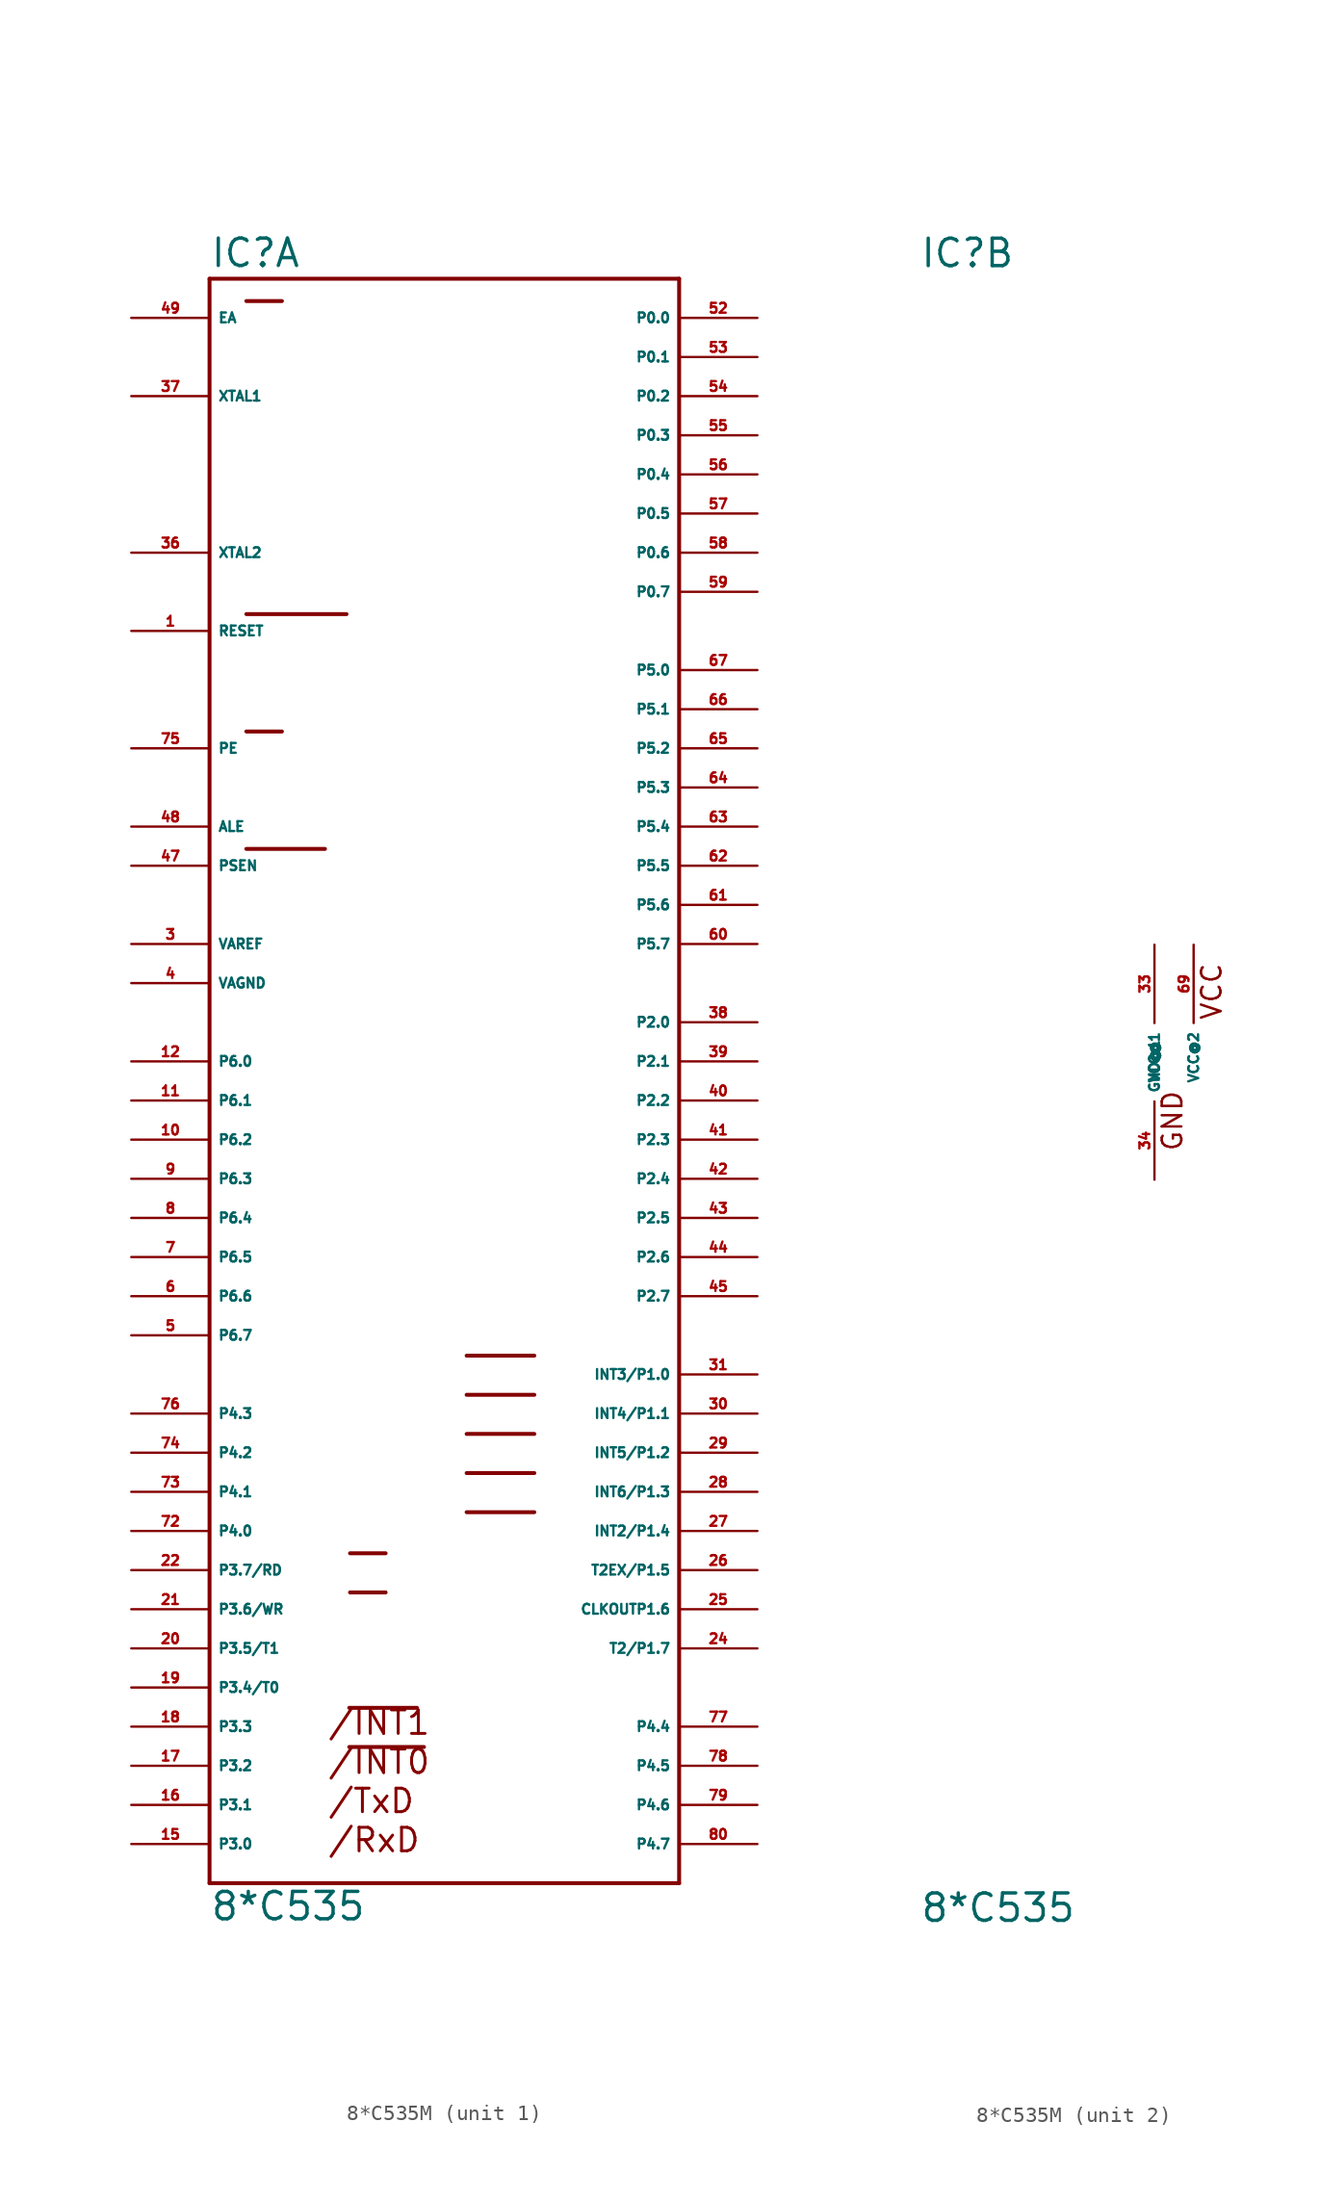
<source format=kicad_sym>
(kicad_symbol_lib
  (version 20220914)
  (generator Eagle2Kicad)
  (symbol "8*C535M"
    (property "Reference" "IC"
      (at -15.24 51.435 0)
      (effects (font (size 1.778 1.778) (thickness 0.22)) (justify left bottom)))
    (property "Value" "8*C535"
      (at -15.24 -55.88 0)
      (effects (font (size 1.778 1.778) (thickness 0.22)) (justify left bottom)))
    (symbol "8*C535M_1_0"
      (polyline (pts (xy -6.172 -41.961) (xy -1.778 -41.961)) (stroke (width 0.254) (type default)) (fill (type none)))
      (polyline (pts (xy -6.172 -44.501) (xy -1.321 -44.501)) (stroke (width 0.254) (type default)) (fill (type none)))
      (polyline (pts (xy -6.121 -31.928) (xy -3.81 -31.928)) (stroke (width 0.254) (type default)) (fill (type none)))
      (polyline (pts (xy -6.121 -34.468) (xy -3.81 -34.468)) (stroke (width 0.254) (type default)) (fill (type none)))
      (polyline (pts (xy -12.852 29.032) (xy -6.35 29.032)) (stroke (width 0.254) (type default)) (fill (type none)))
      (polyline (pts (xy -12.852 21.412) (xy -10.541 21.412)) (stroke (width 0.254) (type default)) (fill (type none)))
      (polyline (pts (xy -12.852 13.792) (xy -7.747 13.792)) (stroke (width 0.254) (type default)) (fill (type none)))
      (polyline (pts (xy -12.852 49.352) (xy -10.541 49.352)) (stroke (width 0.254) (type default)) (fill (type none)))
      (polyline (pts (xy -15.24 -53.34) (xy 15.24 -53.34)) (stroke (width 0.254) (type default)) (fill (type none)))
      (polyline (pts (xy 15.24 -53.34) (xy 15.24 50.8)) (stroke (width 0.254) (type default)) (fill (type none)))
      (polyline (pts (xy 15.24 50.8) (xy -15.24 50.8)) (stroke (width 0.254) (type default)) (fill (type none)))
      (polyline (pts (xy -15.24 50.8) (xy -15.24 -53.34)) (stroke (width 0.254) (type default)) (fill (type none)))
      (polyline (pts (xy 1.448 -19.101) (xy 5.842 -19.101)) (stroke (width 0.254) (type default)) (fill (type none)))
      (polyline (pts (xy 1.448 -21.641) (xy 5.842 -21.641)) (stroke (width 0.254) (type default)) (fill (type none)))
      (polyline (pts (xy 1.448 -24.181) (xy 5.842 -24.181)) (stroke (width 0.254) (type default)) (fill (type none)))
      (polyline (pts (xy 1.448 -26.721) (xy 5.842 -26.721)) (stroke (width 0.254) (type default)) (fill (type none)))
      (polyline (pts (xy 1.448 -29.261) (xy 5.842 -29.261)) (stroke (width 0.254) (type default)) (fill (type none)))
      (text "/INT1" (at -7.62 -43.815 0) (effects (font (size 1.524 1.524) (thickness 0.19)) (justify left bottom)))
      (text "/INT0" (at -7.62 -46.355 0) (effects (font (size 1.524 1.524) (thickness 0.19)) (justify left bottom)))
      (text "/RxD" (at -7.62 -51.435 0) (effects (font (size 1.524 1.524) (thickness 0.19)) (justify left bottom)))
      (text "/TxD" (at -7.62 -48.895 0) (effects (font (size 1.524 1.524) (thickness 0.19)) (justify left bottom)))
      (pin input line (at -20.32 48.26 0) (length 5.08) (name "EA" (effects (font (size 0.635 0.635) (thickness 0.08)) (justify left bottom))) (number "49" (effects (font (size 0.635 0.635) (thickness 0.08)) (justify left bottom))))
      (pin bidirectional line (at 20.32 48.26 180) (length 5.08) (name "P0.0" (effects (font (size 0.635 0.635) (thickness 0.08)) (justify left bottom))) (number "52" (effects (font (size 0.635 0.635) (thickness 0.08)) (justify left bottom))))
      (pin bidirectional line (at 20.32 45.72 180) (length 5.08) (name "P0.1" (effects (font (size 0.635 0.635) (thickness 0.08)) (justify left bottom))) (number "53" (effects (font (size 0.635 0.635) (thickness 0.08)) (justify left bottom))))
      (pin bidirectional line (at 20.32 43.18 180) (length 5.08) (name "P0.2" (effects (font (size 0.635 0.635) (thickness 0.08)) (justify left bottom))) (number "54" (effects (font (size 0.635 0.635) (thickness 0.08)) (justify left bottom))))
      (pin bidirectional line (at 20.32 40.64 180) (length 5.08) (name "P0.3" (effects (font (size 0.635 0.635) (thickness 0.08)) (justify left bottom))) (number "55" (effects (font (size 0.635 0.635) (thickness 0.08)) (justify left bottom))))
      (pin bidirectional line (at 20.32 38.1 180) (length 5.08) (name "P0.4" (effects (font (size 0.635 0.635) (thickness 0.08)) (justify left bottom))) (number "56" (effects (font (size 0.635 0.635) (thickness 0.08)) (justify left bottom))))
      (pin bidirectional line (at 20.32 35.56 180) (length 5.08) (name "P0.5" (effects (font (size 0.635 0.635) (thickness 0.08)) (justify left bottom))) (number "57" (effects (font (size 0.635 0.635) (thickness 0.08)) (justify left bottom))))
      (pin bidirectional line (at 20.32 33.02 180) (length 5.08) (name "P0.6" (effects (font (size 0.635 0.635) (thickness 0.08)) (justify left bottom))) (number "58" (effects (font (size 0.635 0.635) (thickness 0.08)) (justify left bottom))))
      (pin bidirectional line (at 20.32 30.48 180) (length 5.08) (name "P0.7" (effects (font (size 0.635 0.635) (thickness 0.08)) (justify left bottom))) (number "59" (effects (font (size 0.635 0.635) (thickness 0.08)) (justify left bottom))))
      (pin bidirectional line (at 20.32 25.4 180) (length 5.08) (name "P5.0" (effects (font (size 0.635 0.635) (thickness 0.08)) (justify left bottom))) (number "67" (effects (font (size 0.635 0.635) (thickness 0.08)) (justify left bottom))))
      (pin bidirectional line (at 20.32 22.86 180) (length 5.08) (name "P5.1" (effects (font (size 0.635 0.635) (thickness 0.08)) (justify left bottom))) (number "66" (effects (font (size 0.635 0.635) (thickness 0.08)) (justify left bottom))))
      (pin bidirectional line (at 20.32 20.32 180) (length 5.08) (name "P5.2" (effects (font (size 0.635 0.635) (thickness 0.08)) (justify left bottom))) (number "65" (effects (font (size 0.635 0.635) (thickness 0.08)) (justify left bottom))))
      (pin bidirectional line (at 20.32 17.78 180) (length 5.08) (name "P5.3" (effects (font (size 0.635 0.635) (thickness 0.08)) (justify left bottom))) (number "64" (effects (font (size 0.635 0.635) (thickness 0.08)) (justify left bottom))))
      (pin bidirectional line (at 20.32 15.24 180) (length 5.08) (name "P5.4" (effects (font (size 0.635 0.635) (thickness 0.08)) (justify left bottom))) (number "63" (effects (font (size 0.635 0.635) (thickness 0.08)) (justify left bottom))))
      (pin bidirectional line (at 20.32 12.7 180) (length 5.08) (name "P5.5" (effects (font (size 0.635 0.635) (thickness 0.08)) (justify left bottom))) (number "62" (effects (font (size 0.635 0.635) (thickness 0.08)) (justify left bottom))))
      (pin bidirectional line (at 20.32 10.16 180) (length 5.08) (name "P5.6" (effects (font (size 0.635 0.635) (thickness 0.08)) (justify left bottom))) (number "61" (effects (font (size 0.635 0.635) (thickness 0.08)) (justify left bottom))))
      (pin bidirectional line (at 20.32 7.62 180) (length 5.08) (name "P5.7" (effects (font (size 0.635 0.635) (thickness 0.08)) (justify left bottom))) (number "60" (effects (font (size 0.635 0.635) (thickness 0.08)) (justify left bottom))))
      (pin input line (at -20.32 43.18 0) (length 5.08) (name "XTAL1" (effects (font (size 0.635 0.635) (thickness 0.08)) (justify left bottom))) (number "37" (effects (font (size 0.635 0.635) (thickness 0.08)) (justify left bottom))))
      (pin input line (at -20.32 33.02 0) (length 5.08) (name "XTAL2" (effects (font (size 0.635 0.635) (thickness 0.08)) (justify left bottom))) (number "36" (effects (font (size 0.635 0.635) (thickness 0.08)) (justify left bottom))))
      (pin input line (at -20.32 27.94 0) (length 5.08) (name "RESET" (effects (font (size 0.635 0.635) (thickness 0.08)) (justify left bottom))) (number "1" (effects (font (size 0.635 0.635) (thickness 0.08)) (justify left bottom))))
      (pin input line (at -20.32 20.32 0) (length 5.08) (name "PE" (effects (font (size 0.635 0.635) (thickness 0.08)) (justify left bottom))) (number "75" (effects (font (size 0.635 0.635) (thickness 0.08)) (justify left bottom))))
      (pin output line (at -20.32 15.24 0) (length 5.08) (name "ALE" (effects (font (size 0.635 0.635) (thickness 0.08)) (justify left bottom))) (number "48" (effects (font (size 0.635 0.635) (thickness 0.08)) (justify left bottom))))
      (pin output line (at -20.32 12.7 0) (length 5.08) (name "PSEN" (effects (font (size 0.635 0.635) (thickness 0.08)) (justify left bottom))) (number "47" (effects (font (size 0.635 0.635) (thickness 0.08)) (justify left bottom))))
      (pin bidirectional line (at -20.32 7.62 0) (length 5.08) (name "VAREF" (effects (font (size 0.635 0.635) (thickness 0.08)) (justify left bottom))) (number "3" (effects (font (size 0.635 0.635) (thickness 0.08)) (justify left bottom))))
      (pin bidirectional line (at -20.32 5.08 0) (length 5.08) (name "VAGND" (effects (font (size 0.635 0.635) (thickness 0.08)) (justify left bottom))) (number "4" (effects (font (size 0.635 0.635) (thickness 0.08)) (justify left bottom))))
      (pin input line (at -20.32 0 0) (length 5.08) (name "P6.0" (effects (font (size 0.635 0.635) (thickness 0.08)) (justify left bottom))) (number "12" (effects (font (size 0.635 0.635) (thickness 0.08)) (justify left bottom))))
      (pin input line (at -20.32 -2.54 0) (length 5.08) (name "P6.1" (effects (font (size 0.635 0.635) (thickness 0.08)) (justify left bottom))) (number "11" (effects (font (size 0.635 0.635) (thickness 0.08)) (justify left bottom))))
      (pin input line (at -20.32 -5.08 0) (length 5.08) (name "P6.2" (effects (font (size 0.635 0.635) (thickness 0.08)) (justify left bottom))) (number "10" (effects (font (size 0.635 0.635) (thickness 0.08)) (justify left bottom))))
      (pin input line (at -20.32 -7.62 0) (length 5.08) (name "P6.3" (effects (font (size 0.635 0.635) (thickness 0.08)) (justify left bottom))) (number "9" (effects (font (size 0.635 0.635) (thickness 0.08)) (justify left bottom))))
      (pin input line (at -20.32 -10.16 0) (length 5.08) (name "P6.4" (effects (font (size 0.635 0.635) (thickness 0.08)) (justify left bottom))) (number "8" (effects (font (size 0.635 0.635) (thickness 0.08)) (justify left bottom))))
      (pin input line (at -20.32 -15.24 0) (length 5.08) (name "P6.6" (effects (font (size 0.635 0.635) (thickness 0.08)) (justify left bottom))) (number "6" (effects (font (size 0.635 0.635) (thickness 0.08)) (justify left bottom))))
      (pin input line (at -20.32 -17.78 0) (length 5.08) (name "P6.7" (effects (font (size 0.635 0.635) (thickness 0.08)) (justify left bottom))) (number "5" (effects (font (size 0.635 0.635) (thickness 0.08)) (justify left bottom))))
      (pin bidirectional line (at -20.32 -22.86 0) (length 5.08) (name "P4.3" (effects (font (size 0.635 0.635) (thickness 0.08)) (justify left bottom))) (number "76" (effects (font (size 0.635 0.635) (thickness 0.08)) (justify left bottom))))
      (pin input line (at -20.32 -12.7 0) (length 5.08) (name "P6.5" (effects (font (size 0.635 0.635) (thickness 0.08)) (justify left bottom))) (number "7" (effects (font (size 0.635 0.635) (thickness 0.08)) (justify left bottom))))
      (pin bidirectional line (at 20.32 2.54 180) (length 5.08) (name "P2.0" (effects (font (size 0.635 0.635) (thickness 0.08)) (justify left bottom))) (number "38" (effects (font (size 0.635 0.635) (thickness 0.08)) (justify left bottom))))
      (pin bidirectional line (at -20.32 -25.4 0) (length 5.08) (name "P4.2" (effects (font (size 0.635 0.635) (thickness 0.08)) (justify left bottom))) (number "74" (effects (font (size 0.635 0.635) (thickness 0.08)) (justify left bottom))))
      (pin bidirectional line (at -20.32 -27.94 0) (length 5.08) (name "P4.1" (effects (font (size 0.635 0.635) (thickness 0.08)) (justify left bottom))) (number "73" (effects (font (size 0.635 0.635) (thickness 0.08)) (justify left bottom))))
      (pin bidirectional line (at -20.32 -30.48 0) (length 5.08) (name "P4.0" (effects (font (size 0.635 0.635) (thickness 0.08)) (justify left bottom))) (number "72" (effects (font (size 0.635 0.635) (thickness 0.08)) (justify left bottom))))
      (pin bidirectional line (at 20.32 0 180) (length 5.08) (name "P2.1" (effects (font (size 0.635 0.635) (thickness 0.08)) (justify left bottom))) (number "39" (effects (font (size 0.635 0.635) (thickness 0.08)) (justify left bottom))))
      (pin bidirectional line (at 20.32 -2.54 180) (length 5.08) (name "P2.2" (effects (font (size 0.635 0.635) (thickness 0.08)) (justify left bottom))) (number "40" (effects (font (size 0.635 0.635) (thickness 0.08)) (justify left bottom))))
      (pin bidirectional line (at 20.32 -5.08 180) (length 5.08) (name "P2.3" (effects (font (size 0.635 0.635) (thickness 0.08)) (justify left bottom))) (number "41" (effects (font (size 0.635 0.635) (thickness 0.08)) (justify left bottom))))
      (pin bidirectional line (at 20.32 -7.62 180) (length 5.08) (name "P2.4" (effects (font (size 0.635 0.635) (thickness 0.08)) (justify left bottom))) (number "42" (effects (font (size 0.635 0.635) (thickness 0.08)) (justify left bottom))))
      (pin bidirectional line (at 20.32 -10.16 180) (length 5.08) (name "P2.5" (effects (font (size 0.635 0.635) (thickness 0.08)) (justify left bottom))) (number "43" (effects (font (size 0.635 0.635) (thickness 0.08)) (justify left bottom))))
      (pin bidirectional line (at 20.32 -12.7 180) (length 5.08) (name "P2.6" (effects (font (size 0.635 0.635) (thickness 0.08)) (justify left bottom))) (number "44" (effects (font (size 0.635 0.635) (thickness 0.08)) (justify left bottom))))
      (pin bidirectional line (at 20.32 -15.24 180) (length 5.08) (name "P2.7" (effects (font (size 0.635 0.635) (thickness 0.08)) (justify left bottom))) (number "45" (effects (font (size 0.635 0.635) (thickness 0.08)) (justify left bottom))))
      (pin bidirectional line (at 20.32 -20.32 180) (length 5.08) (name "INT3/P1.0" (effects (font (size 0.635 0.635) (thickness 0.08)) (justify left bottom))) (number "31" (effects (font (size 0.635 0.635) (thickness 0.08)) (justify left bottom))))
      (pin bidirectional line (at 20.32 -22.86 180) (length 5.08) (name "INT4/P1.1" (effects (font (size 0.635 0.635) (thickness 0.08)) (justify left bottom))) (number "30" (effects (font (size 0.635 0.635) (thickness 0.08)) (justify left bottom))))
      (pin bidirectional line (at 20.32 -25.4 180) (length 5.08) (name "INT5/P1.2" (effects (font (size 0.635 0.635) (thickness 0.08)) (justify left bottom))) (number "29" (effects (font (size 0.635 0.635) (thickness 0.08)) (justify left bottom))))
      (pin bidirectional line (at 20.32 -27.94 180) (length 5.08) (name "INT6/P1.3" (effects (font (size 0.635 0.635) (thickness 0.08)) (justify left bottom))) (number "28" (effects (font (size 0.635 0.635) (thickness 0.08)) (justify left bottom))))
      (pin bidirectional line (at 20.32 -30.48 180) (length 5.08) (name "INT2/P1.4" (effects (font (size 0.635 0.635) (thickness 0.08)) (justify left bottom))) (number "27" (effects (font (size 0.635 0.635) (thickness 0.08)) (justify left bottom))))
      (pin bidirectional line (at 20.32 -33.02 180) (length 5.08) (name "T2EX/P1.5" (effects (font (size 0.635 0.635) (thickness 0.08)) (justify left bottom))) (number "26" (effects (font (size 0.635 0.635) (thickness 0.08)) (justify left bottom))))
      (pin bidirectional line (at 20.32 -35.56 180) (length 5.08) (name "CLKOUTP1.6" (effects (font (size 0.635 0.635) (thickness 0.08)) (justify left bottom))) (number "25" (effects (font (size 0.635 0.635) (thickness 0.08)) (justify left bottom))))
      (pin bidirectional line (at 20.32 -38.1 180) (length 5.08) (name "T2/P1.7" (effects (font (size 0.635 0.635) (thickness 0.08)) (justify left bottom))) (number "24" (effects (font (size 0.635 0.635) (thickness 0.08)) (justify left bottom))))
      (pin bidirectional line (at 20.32 -43.18 180) (length 5.08) (name "P4.4" (effects (font (size 0.635 0.635) (thickness 0.08)) (justify left bottom))) (number "77" (effects (font (size 0.635 0.635) (thickness 0.08)) (justify left bottom))))
      (pin bidirectional line (at 20.32 -45.72 180) (length 5.08) (name "P4.5" (effects (font (size 0.635 0.635) (thickness 0.08)) (justify left bottom))) (number "78" (effects (font (size 0.635 0.635) (thickness 0.08)) (justify left bottom))))
      (pin bidirectional line (at 20.32 -48.26 180) (length 5.08) (name "P4.6" (effects (font (size 0.635 0.635) (thickness 0.08)) (justify left bottom))) (number "79" (effects (font (size 0.635 0.635) (thickness 0.08)) (justify left bottom))))
      (pin bidirectional line (at 20.32 -50.8 180) (length 5.08) (name "P4.7" (effects (font (size 0.635 0.635) (thickness 0.08)) (justify left bottom))) (number "80" (effects (font (size 0.635 0.635) (thickness 0.08)) (justify left bottom))))
      (pin bidirectional line (at -20.32 -50.8 0) (length 5.08) (name "P3.0" (effects (font (size 0.635 0.635) (thickness 0.08)) (justify left bottom))) (number "15" (effects (font (size 0.635 0.635) (thickness 0.08)) (justify left bottom))))
      (pin bidirectional line (at -20.32 -48.26 0) (length 5.08) (name "P3.1" (effects (font (size 0.635 0.635) (thickness 0.08)) (justify left bottom))) (number "16" (effects (font (size 0.635 0.635) (thickness 0.08)) (justify left bottom))))
      (pin bidirectional line (at -20.32 -45.72 0) (length 5.08) (name "P3.2" (effects (font (size 0.635 0.635) (thickness 0.08)) (justify left bottom))) (number "17" (effects (font (size 0.635 0.635) (thickness 0.08)) (justify left bottom))))
      (pin bidirectional line (at -20.32 -43.18 0) (length 5.08) (name "P3.3" (effects (font (size 0.635 0.635) (thickness 0.08)) (justify left bottom))) (number "18" (effects (font (size 0.635 0.635) (thickness 0.08)) (justify left bottom))))
      (pin bidirectional line (at -20.32 -40.64 0) (length 5.08) (name "P3.4/T0" (effects (font (size 0.635 0.635) (thickness 0.08)) (justify left bottom))) (number "19" (effects (font (size 0.635 0.635) (thickness 0.08)) (justify left bottom))))
      (pin bidirectional line (at -20.32 -38.1 0) (length 5.08) (name "P3.5/T1" (effects (font (size 0.635 0.635) (thickness 0.08)) (justify left bottom))) (number "20" (effects (font (size 0.635 0.635) (thickness 0.08)) (justify left bottom))))
      (pin bidirectional line (at -20.32 -35.56 0) (length 5.08) (name "P3.6/WR" (effects (font (size 0.635 0.635) (thickness 0.08)) (justify left bottom))) (number "21" (effects (font (size 0.635 0.635) (thickness 0.08)) (justify left bottom))))
      (pin bidirectional line (at -20.32 -33.02 0) (length 5.08) (name "P3.7/RD" (effects (font (size 0.635 0.635) (thickness 0.08)) (justify left bottom))) (number "22" (effects (font (size 0.635 0.635) (thickness 0.08)) (justify left bottom)))))
    (symbol "8*C535M_2_0"
      (text "VCC" (at 4.445 2.667 900) (effects (font (size 1.27 1.27) (thickness 0.16)) (justify left bottom)))
      (text "GND" (at 1.905 -5.842 900) (effects (font (size 1.27 1.27) (thickness 0.16)) (justify left bottom)))
      (pin unspecified line (at 0 -7.62 90) (length 5.08) (name "GND@1" (effects (font (size 0.635 0.635) (thickness 0.08)) (justify left bottom))) (number "34" (effects (font (size 0.635 0.635) (thickness 0.08)) (justify left bottom))))
      (pin unspecified line (at 0 7.62 270) (length 5.08) (name "VCC@1" (effects (font (size 0.635 0.635) (thickness 0.08)) (justify left bottom))) (number "33" (effects (font (size 0.635 0.635) (thickness 0.08)) (justify left bottom))))
      (pin unspecified line (at 2.54 7.62 270) (length 5.08) (name "VCC@2" (effects (font (size 0.635 0.635) (thickness 0.08)) (justify left bottom))) (number "69" (effects (font (size 0.635 0.635) (thickness 0.08)) (justify left bottom)))))))
</source>
